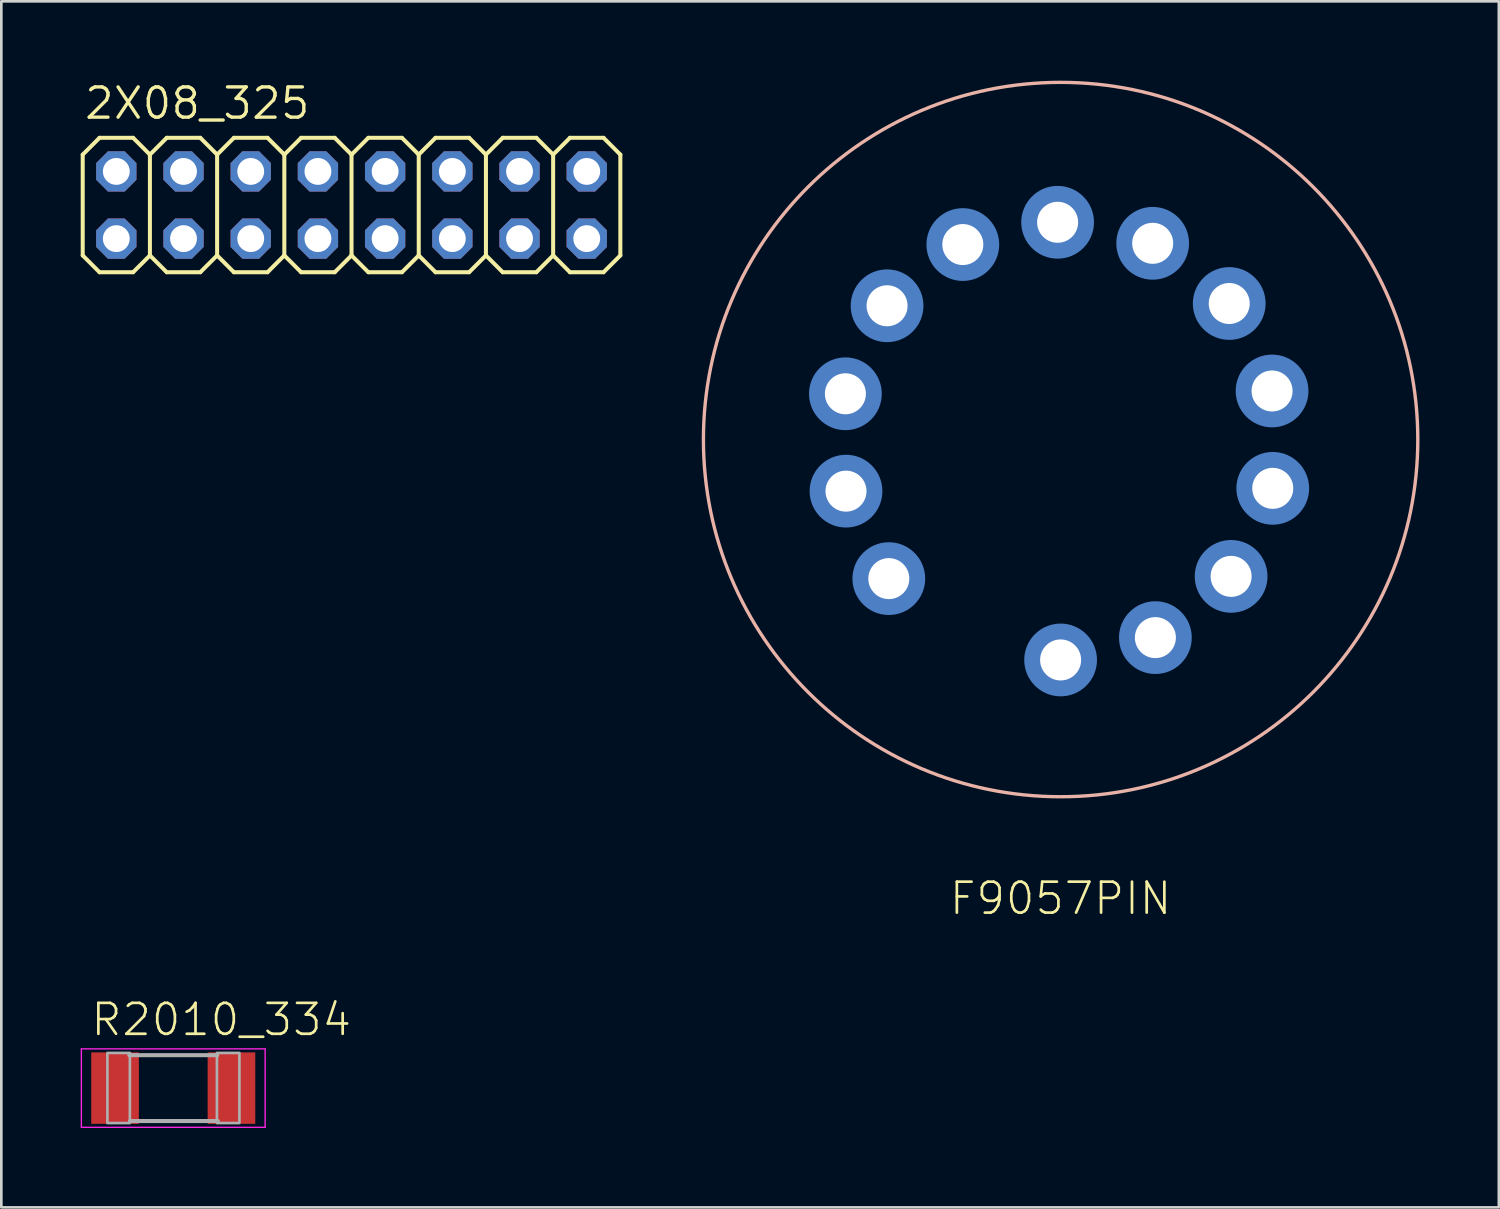
<source format=kicad_pcb>
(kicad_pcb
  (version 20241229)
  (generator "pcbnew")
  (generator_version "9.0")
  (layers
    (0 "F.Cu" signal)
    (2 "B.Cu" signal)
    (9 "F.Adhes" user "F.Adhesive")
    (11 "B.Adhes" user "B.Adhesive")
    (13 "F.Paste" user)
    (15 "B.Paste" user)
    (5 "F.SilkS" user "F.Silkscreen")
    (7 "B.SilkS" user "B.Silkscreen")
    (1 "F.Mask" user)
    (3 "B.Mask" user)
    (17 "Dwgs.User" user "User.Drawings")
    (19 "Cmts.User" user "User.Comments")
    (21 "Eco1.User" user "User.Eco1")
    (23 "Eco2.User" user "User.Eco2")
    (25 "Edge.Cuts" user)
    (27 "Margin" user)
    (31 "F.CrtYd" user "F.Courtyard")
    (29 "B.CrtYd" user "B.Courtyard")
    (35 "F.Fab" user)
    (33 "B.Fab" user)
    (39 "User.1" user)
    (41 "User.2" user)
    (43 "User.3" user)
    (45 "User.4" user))
  (footprint "R2010_334"
    (layer "F.Cu")
    (at 3.498 38.075)
    (property "Reference" "R2010_334" (at -3.175 -1.905 0) (unlocked yes) (layer "F.SilkS") (effects (font (size 1.168 1.168) (thickness 0.102)) (justify left bottom)))
    (fp_line (start -3.473 -1.483) (end 3.473 -1.483) (stroke (width 0.051) (type solid)) (layer "F.CrtYd"))
    (fp_line (start -3.473 1.483) (end -3.473 -1.483) (stroke (width 0.051) (type solid)) (layer "F.CrtYd"))
    (fp_line (start 3.473 -1.483) (end 3.473 1.483) (stroke (width 0.051) (type solid)) (layer "F.CrtYd"))
    (fp_line (start 3.473 1.483) (end -3.473 1.483) (stroke (width 0.051) (type solid)) (layer "F.CrtYd"))
    (fp_line (start -1.662 -1.245) (end 1.662 -1.245) (stroke (width 0.152) (type solid)) (layer "F.Fab"))
    (fp_line (start -1.637 1.245) (end 1.687 1.245) (stroke (width 0.152) (type solid)) (layer "F.Fab"))
    (fp_poly (pts (xy -2.489 1.321) (xy -1.639 1.321) (xy -1.639 -1.329) (xy -2.489 -1.329)) (stroke (width 0.1) (type default)) (fill no) (layer "F.Fab"))
    (fp_poly (pts (xy 1.651 1.321) (xy 2.501 1.321) (xy 2.501 -1.329) (xy 1.651 -1.329)) (stroke (width 0.1) (type default)) (fill no) (layer "F.Fab"))
    (pad "1" smd rect (at -2.2 0) (size 1.8 2.7) (layers "F.Cu" "F.Mask" "F.Paste"))
    (pad "2" smd rect (at 2.2 0) (size 1.8 2.7) (layers "F.Cu" "F.Mask" "F.Paste")))
  (footprint "2X08_325"
    (layer "F.Cu")
    (at 10.236 4.699)
    (property "Reference" "2X08_325" (at -10.16 -3.175 0) (unlocked yes) (layer "F.SilkS") (effects (font (size 1.143 1.143) (thickness 0.127)) (justify left bottom)))
    (fp_line (start -10.16 -1.905) (end -9.525 -2.54) (stroke (width 0.152) (type solid)) (layer "F.SilkS"))
    (fp_line (start -10.16 1.905) (end -10.16 -1.905) (stroke (width 0.152) (type solid)) (layer "F.SilkS"))
    (fp_line (start -10.16 1.905) (end -9.525 2.54) (stroke (width 0.152) (type solid)) (layer "F.SilkS"))
    (fp_line (start -9.525 -2.54) (end -8.255 -2.54) (stroke (width 0.152) (type solid)) (layer "F.SilkS"))
    (fp_line (start -9.525 2.54) (end -8.255 2.54) (stroke (width 0.152) (type solid)) (layer "F.SilkS"))
    (fp_line (start -8.255 -2.54) (end -7.62 -1.905) (stroke (width 0.152) (type solid)) (layer "F.SilkS"))
    (fp_line (start -8.255 2.54) (end -7.62 1.905) (stroke (width 0.152) (type solid)) (layer "F.SilkS"))
    (fp_line (start -7.62 -1.905) (end -7.62 1.905) (stroke (width 0.152) (type solid)) (layer "F.SilkS"))
    (fp_line (start -7.62 -1.905) (end -6.985 -2.54) (stroke (width 0.152) (type solid)) (layer "F.SilkS"))
    (fp_line (start -7.62 1.905) (end -6.985 2.54) (stroke (width 0.152) (type solid)) (layer "F.SilkS"))
    (fp_line (start -6.985 -2.54) (end -5.715 -2.54) (stroke (width 0.152) (type solid)) (layer "F.SilkS"))
    (fp_line (start -6.985 2.54) (end -5.715 2.54) (stroke (width 0.152) (type solid)) (layer "F.SilkS"))
    (fp_line (start -5.715 -2.54) (end -5.08 -1.905) (stroke (width 0.152) (type solid)) (layer "F.SilkS"))
    (fp_line (start -5.715 2.54) (end -5.08 1.905) (stroke (width 0.152) (type solid)) (layer "F.SilkS"))
    (fp_line (start -5.08 -1.905) (end -5.08 1.905) (stroke (width 0.152) (type solid)) (layer "F.SilkS"))
    (fp_line (start -5.08 -1.905) (end -4.445 -2.54) (stroke (width 0.152) (type solid)) (layer "F.SilkS"))
    (fp_line (start -5.08 1.905) (end -4.445 2.54) (stroke (width 0.152) (type solid)) (layer "F.SilkS"))
    (fp_line (start -4.445 -2.54) (end -3.175 -2.54) (stroke (width 0.152) (type solid)) (layer "F.SilkS"))
    (fp_line (start -4.445 2.54) (end -3.175 2.54) (stroke (width 0.152) (type solid)) (layer "F.SilkS"))
    (fp_line (start -3.175 -2.54) (end -2.54 -1.905) (stroke (width 0.152) (type solid)) (layer "F.SilkS"))
    (fp_line (start -3.175 2.54) (end -2.54 1.905) (stroke (width 0.152) (type solid)) (layer "F.SilkS"))
    (fp_line (start -2.54 -1.905) (end -2.54 1.905) (stroke (width 0.152) (type solid)) (layer "F.SilkS"))
    (fp_line (start -2.54 -1.905) (end -1.905 -2.54) (stroke (width 0.152) (type solid)) (layer "F.SilkS"))
    (fp_line (start -2.54 1.905) (end -1.905 2.54) (stroke (width 0.152) (type solid)) (layer "F.SilkS"))
    (fp_line (start -1.905 -2.54) (end -0.635 -2.54) (stroke (width 0.152) (type solid)) (layer "F.SilkS"))
    (fp_line (start -1.905 2.54) (end -0.635 2.54) (stroke (width 0.152) (type solid)) (layer "F.SilkS"))
    (fp_line (start -0.635 -2.54) (end 0 -1.905) (stroke (width 0.152) (type solid)) (layer "F.SilkS"))
    (fp_line (start -0.635 2.54) (end 0 1.905) (stroke (width 0.152) (type solid)) (layer "F.SilkS"))
    (fp_line (start 0 -1.905) (end 0 1.905) (stroke (width 0.152) (type solid)) (layer "F.SilkS"))
    (fp_line (start 0 -1.905) (end 0.635 -2.54) (stroke (width 0.152) (type solid)) (layer "F.SilkS"))
    (fp_line (start 0 1.905) (end 0.635 2.54) (stroke (width 0.152) (type solid)) (layer "F.SilkS"))
    (fp_line (start 0.635 -2.54) (end 1.905 -2.54) (stroke (width 0.152) (type solid)) (layer "F.SilkS"))
    (fp_line (start 0.635 2.54) (end 1.905 2.54) (stroke (width 0.152) (type solid)) (layer "F.SilkS"))
    (fp_line (start 1.905 -2.54) (end 2.54 -1.905) (stroke (width 0.152) (type solid)) (layer "F.SilkS"))
    (fp_line (start 1.905 2.54) (end 2.54 1.905) (stroke (width 0.152) (type solid)) (layer "F.SilkS"))
    (fp_line (start 2.54 -1.905) (end 2.54 1.905) (stroke (width 0.152) (type solid)) (layer "F.SilkS"))
    (fp_line (start 2.54 -1.905) (end 3.175 -2.54) (stroke (width 0.152) (type solid)) (layer "F.SilkS"))
    (fp_line (start 2.54 1.905) (end 3.175 2.54) (stroke (width 0.152) (type solid)) (layer "F.SilkS"))
    (fp_line (start 3.175 -2.54) (end 4.445 -2.54) (stroke (width 0.152) (type solid)) (layer "F.SilkS"))
    (fp_line (start 3.175 2.54) (end 4.445 2.54) (stroke (width 0.152) (type solid)) (layer "F.SilkS"))
    (fp_line (start 4.445 -2.54) (end 5.08 -1.905) (stroke (width 0.152) (type solid)) (layer "F.SilkS"))
    (fp_line (start 4.445 2.54) (end 5.08 1.905) (stroke (width 0.152) (type solid)) (layer "F.SilkS"))
    (fp_line (start 5.08 -1.905) (end 5.08 1.905) (stroke (width 0.152) (type solid)) (layer "F.SilkS"))
    (fp_line (start 5.08 -1.905) (end 5.715 -2.54) (stroke (width 0.152) (type solid)) (layer "F.SilkS"))
    (fp_line (start 5.08 1.905) (end 5.715 2.54) (stroke (width 0.152) (type solid)) (layer "F.SilkS"))
    (fp_line (start 5.715 -2.54) (end 6.985 -2.54) (stroke (width 0.152) (type solid)) (layer "F.SilkS"))
    (fp_line (start 5.715 2.54) (end 6.985 2.54) (stroke (width 0.152) (type solid)) (layer "F.SilkS"))
    (fp_line (start 6.985 -2.54) (end 7.62 -1.905) (stroke (width 0.152) (type solid)) (layer "F.SilkS"))
    (fp_line (start 7.62 -1.905) (end 7.62 1.905) (stroke (width 0.152) (type solid)) (layer "F.SilkS"))
    (fp_line (start 7.62 -1.905) (end 8.255 -2.54) (stroke (width 0.152) (type solid)) (layer "F.SilkS"))
    (fp_line (start 7.62 1.905) (end 6.985 2.54) (stroke (width 0.152) (type solid)) (layer "F.SilkS"))
    (fp_line (start 7.62 1.905) (end 8.255 2.54) (stroke (width 0.152) (type solid)) (layer "F.SilkS"))
    (fp_line (start 8.255 -2.54) (end 9.525 -2.54) (stroke (width 0.152) (type solid)) (layer "F.SilkS"))
    (fp_line (start 8.255 2.54) (end 9.525 2.54) (stroke (width 0.152) (type solid)) (layer "F.SilkS"))
    (fp_line (start 9.525 -2.54) (end 10.16 -1.905) (stroke (width 0.152) (type solid)) (layer "F.SilkS"))
    (fp_line (start 10.16 -1.905) (end 10.16 1.905) (stroke (width 0.152) (type solid)) (layer "F.SilkS"))
    (fp_line (start 10.16 1.905) (end 9.525 2.54) (stroke (width 0.152) (type solid)) (layer "F.SilkS"))
    (fp_poly (pts (xy -9.144 -1.016) (xy -8.636 -1.016) (xy -8.636 -1.524) (xy -9.144 -1.524)) (stroke (width 0.1) (type default)) (fill no) (layer "F.Fab"))
    (fp_poly (pts (xy -9.144 1.524) (xy -8.636 1.524) (xy -8.636 1.016) (xy -9.144 1.016)) (stroke (width 0.1) (type default)) (fill no) (layer "F.Fab"))
    (fp_poly (pts (xy -6.604 -1.016) (xy -6.096 -1.016) (xy -6.096 -1.524) (xy -6.604 -1.524)) (stroke (width 0.1) (type default)) (fill no) (layer "F.Fab"))
    (fp_poly (pts (xy -6.604 1.524) (xy -6.096 1.524) (xy -6.096 1.016) (xy -6.604 1.016)) (stroke (width 0.1) (type default)) (fill no) (layer "F.Fab"))
    (fp_poly (pts (xy -4.064 -1.016) (xy -3.556 -1.016) (xy -3.556 -1.524) (xy -4.064 -1.524)) (stroke (width 0.1) (type default)) (fill no) (layer "F.Fab"))
    (fp_poly (pts (xy -4.064 1.524) (xy -3.556 1.524) (xy -3.556 1.016) (xy -4.064 1.016)) (stroke (width 0.1) (type default)) (fill no) (layer "F.Fab"))
    (fp_poly (pts (xy -1.524 -1.016) (xy -1.016 -1.016) (xy -1.016 -1.524) (xy -1.524 -1.524)) (stroke (width 0.1) (type default)) (fill no) (layer "F.Fab"))
    (fp_poly (pts (xy -1.524 1.524) (xy -1.016 1.524) (xy -1.016 1.016) (xy -1.524 1.016)) (stroke (width 0.1) (type default)) (fill no) (layer "F.Fab"))
    (fp_poly (pts (xy 1.016 -1.016) (xy 1.524 -1.016) (xy 1.524 -1.524) (xy 1.016 -1.524)) (stroke (width 0.1) (type default)) (fill no) (layer "F.Fab"))
    (fp_poly (pts (xy 1.016 1.524) (xy 1.524 1.524) (xy 1.524 1.016) (xy 1.016 1.016)) (stroke (width 0.1) (type default)) (fill no) (layer "F.Fab"))
    (fp_poly (pts (xy 3.556 -1.016) (xy 4.064 -1.016) (xy 4.064 -1.524) (xy 3.556 -1.524)) (stroke (width 0.1) (type default)) (fill no) (layer "F.Fab"))
    (fp_poly (pts (xy 3.556 1.524) (xy 4.064 1.524) (xy 4.064 1.016) (xy 3.556 1.016)) (stroke (width 0.1) (type default)) (fill no) (layer "F.Fab"))
    (fp_poly (pts (xy 6.096 -1.016) (xy 6.604 -1.016) (xy 6.604 -1.524) (xy 6.096 -1.524)) (stroke (width 0.1) (type default)) (fill no) (layer "F.Fab"))
    (fp_poly (pts (xy 6.096 1.524) (xy 6.604 1.524) (xy 6.604 1.016) (xy 6.096 1.016)) (stroke (width 0.1) (type default)) (fill no) (layer "F.Fab"))
    (fp_poly (pts (xy 8.636 -1.016) (xy 9.144 -1.016) (xy 9.144 -1.524) (xy 8.636 -1.524)) (stroke (width 0.1) (type default)) (fill no) (layer "F.Fab"))
    (fp_poly (pts (xy 8.636 1.524) (xy 9.144 1.524) (xy 9.144 1.016) (xy 8.636 1.016)) (stroke (width 0.1) (type default)) (fill no) (layer "F.Fab"))
    (pad "1" thru_hole roundrect (at -8.89 1.27) (size 1.524 1.524) (drill 1.016) (layers "*.Cu" "*.Mask") (roundrect_rratio 0.25) (chamfer_ratio 0.293) (chamfer top_left top_right bottom_left bottom_right))
    (pad "2" thru_hole roundrect (at -8.89 -1.27) (size 1.524 1.524) (drill 1.016) (layers "*.Cu" "*.Mask") (roundrect_rratio 0.25) (chamfer_ratio 0.293) (chamfer top_left top_right bottom_left bottom_right))
    (pad "3" thru_hole roundrect (at -6.35 1.27) (size 1.524 1.524) (drill 1.016) (layers "*.Cu" "*.Mask") (roundrect_rratio 0.25) (chamfer_ratio 0.293) (chamfer top_left top_right bottom_left bottom_right))
    (pad "4" thru_hole roundrect (at -6.35 -1.27) (size 1.524 1.524) (drill 1.016) (layers "*.Cu" "*.Mask") (roundrect_rratio 0.25) (chamfer_ratio 0.293) (chamfer top_left top_right bottom_left bottom_right))
    (pad "5" thru_hole roundrect (at -3.81 1.27) (size 1.524 1.524) (drill 1.016) (layers "*.Cu" "*.Mask") (roundrect_rratio 0.25) (chamfer_ratio 0.293) (chamfer top_left top_right bottom_left bottom_right))
    (pad "6" thru_hole roundrect (at -3.81 -1.27) (size 1.524 1.524) (drill 1.016) (layers "*.Cu" "*.Mask") (roundrect_rratio 0.25) (chamfer_ratio 0.293) (chamfer top_left top_right bottom_left bottom_right))
    (pad "7" thru_hole roundrect (at -1.27 1.27) (size 1.524 1.524) (drill 1.016) (layers "*.Cu" "*.Mask") (roundrect_rratio 0.25) (chamfer_ratio 0.293) (chamfer top_left top_right bottom_left bottom_right))
    (pad "8" thru_hole roundrect (at -1.27 -1.27) (size 1.524 1.524) (drill 1.016) (layers "*.Cu" "*.Mask") (roundrect_rratio 0.25) (chamfer_ratio 0.293) (chamfer top_left top_right bottom_left bottom_right))
    (pad "9" thru_hole roundrect (at 1.27 1.27) (size 1.524 1.524) (drill 1.016) (layers "*.Cu" "*.Mask") (roundrect_rratio 0.25) (chamfer_ratio 0.293) (chamfer top_left top_right bottom_left bottom_right))
    (pad "10" thru_hole roundrect (at 1.27 -1.27) (size 1.524 1.524) (drill 1.016) (layers "*.Cu" "*.Mask") (roundrect_rratio 0.25) (chamfer_ratio 0.293) (chamfer top_left top_right bottom_left bottom_right))
    (pad "11" thru_hole roundrect (at 3.81 1.27) (size 1.524 1.524) (drill 1.016) (layers "*.Cu" "*.Mask") (roundrect_rratio 0.25) (chamfer_ratio 0.293) (chamfer top_left top_right bottom_left bottom_right))
    (pad "12" thru_hole roundrect (at 3.81 -1.27) (size 1.524 1.524) (drill 1.016) (layers "*.Cu" "*.Mask") (roundrect_rratio 0.25) (chamfer_ratio 0.293) (chamfer top_left top_right bottom_left bottom_right))
    (pad "13" thru_hole roundrect (at 6.35 1.27) (size 1.524 1.524) (drill 1.016) (layers "*.Cu" "*.Mask") (roundrect_rratio 0.25) (chamfer_ratio 0.293) (chamfer top_left top_right bottom_left bottom_right))
    (pad "14" thru_hole roundrect (at 6.35 -1.27) (size 1.524 1.524) (drill 1.016) (layers "*.Cu" "*.Mask") (roundrect_rratio 0.25) (chamfer_ratio 0.293) (chamfer top_left top_right bottom_left bottom_right))
    (pad "15" thru_hole roundrect (at 8.89 1.27) (size 1.524 1.524) (drill 1.016) (layers "*.Cu" "*.Mask") (roundrect_rratio 0.25) (chamfer_ratio 0.293) (chamfer top_left top_right bottom_left bottom_right))
    (pad "16" thru_hole roundrect (at 8.89 -1.27) (size 1.524 1.524) (drill 1.016) (layers "*.Cu" "*.Mask") (roundrect_rratio 0.25) (chamfer_ratio 0.293) (chamfer top_left top_right bottom_left bottom_right)))
  (footprint "F9057PIN"
    (layer "F.Cu")
    (at 37.036 13.563)
    (property "Reference" "F9057PIN" (at 0 16.66 0) (unlocked yes) (layer "F.SilkS") (effects (font (size 1.168 1.168) (thickness 0.102)) (justify top)))
    (fp_circle (center 0 0) (end 13.5 0) (stroke (width 0.127) (type solid)) (fill no) (layer "B.SilkS"))
    (pad "0" thru_hole circle (at 6.444 5.171 218.6) (size 2.25 2.25) (drill 1.55) (layers "*.Cu" "*.Mask") (padstack (mode custom) (layer "B.Cu" (shape circle) (size 2.75 2.75))))
    (pad "1" thru_hole circle (at -6.493 5.256 218.6) (size 2.25 2.25) (drill 1.55) (layers "*.Cu" "*.Mask") (padstack (mode custom) (layer "B.Cu" (shape circle) (size 2.75 2.75))))
    (pad "2" thru_hole circle (at -8.111 1.95 218.6) (size 2.25 2.25) (drill 1.55) (layers "*.Cu" "*.Mask") (padstack (mode custom) (layer "B.Cu" (shape circle) (size 2.75 2.75))))
    (pad "3" thru_hole circle (at -8.134 -1.73 218.6) (size 2.25 2.25) (drill 1.55) (layers "*.Cu" "*.Mask") (padstack (mode custom) (layer "B.Cu" (shape circle) (size 2.75 2.75))))
    (pad "4" thru_hole circle (at -6.559 -5.056 218.6) (size 2.25 2.25) (drill 1.55) (layers "*.Cu" "*.Mask") (padstack (mode custom) (layer "B.Cu" (shape circle) (size 2.75 2.75))))
    (pad "5" thru_hole circle (at -3.696 -7.37 218.6) (size 2.25 2.25) (drill 1.55) (layers "*.Cu" "*.Mask") (padstack (mode custom) (layer "B.Cu" (shape circle) (size 2.75 2.75))))
    (pad "6" thru_hole circle (at 3.48 -7.417 218.6) (size 2.25 2.25) (drill 1.55) (layers "*.Cu" "*.Mask") (padstack (mode custom) (layer "B.Cu" (shape circle) (size 2.75 2.75))))
    (pad "7" thru_hole circle (at 6.373 -5.142 218.6) (size 2.25 2.25) (drill 1.55) (layers "*.Cu" "*.Mask") (padstack (mode custom) (layer "B.Cu" (shape circle) (size 2.75 2.75))))
    (pad "8" thru_hole circle (at 7.992 -1.836 218.6) (size 2.25 2.25) (drill 1.55) (layers "*.Cu" "*.Mask") (padstack (mode custom) (layer "B.Cu" (shape circle) (size 2.75 2.75))))
    (pad "9" thru_hole circle (at 8.018 1.844 218.6) (size 2.25 2.25) (drill 1.55) (layers "*.Cu" "*.Mask") (padstack (mode custom) (layer "B.Cu" (shape circle) (size 2.75 2.75))))
    (pad "A" thru_hole circle (at 3.582 7.486 218.6) (size 2.25 2.25) (drill 1.55) (layers "*.Cu" "*.Mask") (padstack (mode custom) (layer "B.Cu" (shape circle) (size 2.75 2.75))))
    (pad "CI1" thru_hole circle (at 0 8.33 218.6) (size 2.25 2.25) (drill 1.55) (layers "*.Cu" "*.Mask") (padstack (mode custom) (layer "B.Cu" (shape circle) (size 2.75 2.75))))
    (pad "CI2" thru_hole circle (at -0.113 -8.212 218.6) (size 2.25 2.25) (drill 1.55) (layers "*.Cu" "*.Mask") (padstack (mode custom) (layer "B.Cu" (shape circle) (size 2.75 2.75)))))
  (gr_rect
    (start -3 -3)
    (end 53.599 42.583)
    (stroke (width 0.1) (type default))
    (fill no)
    (layer "Edge.Cuts")))
</source>
